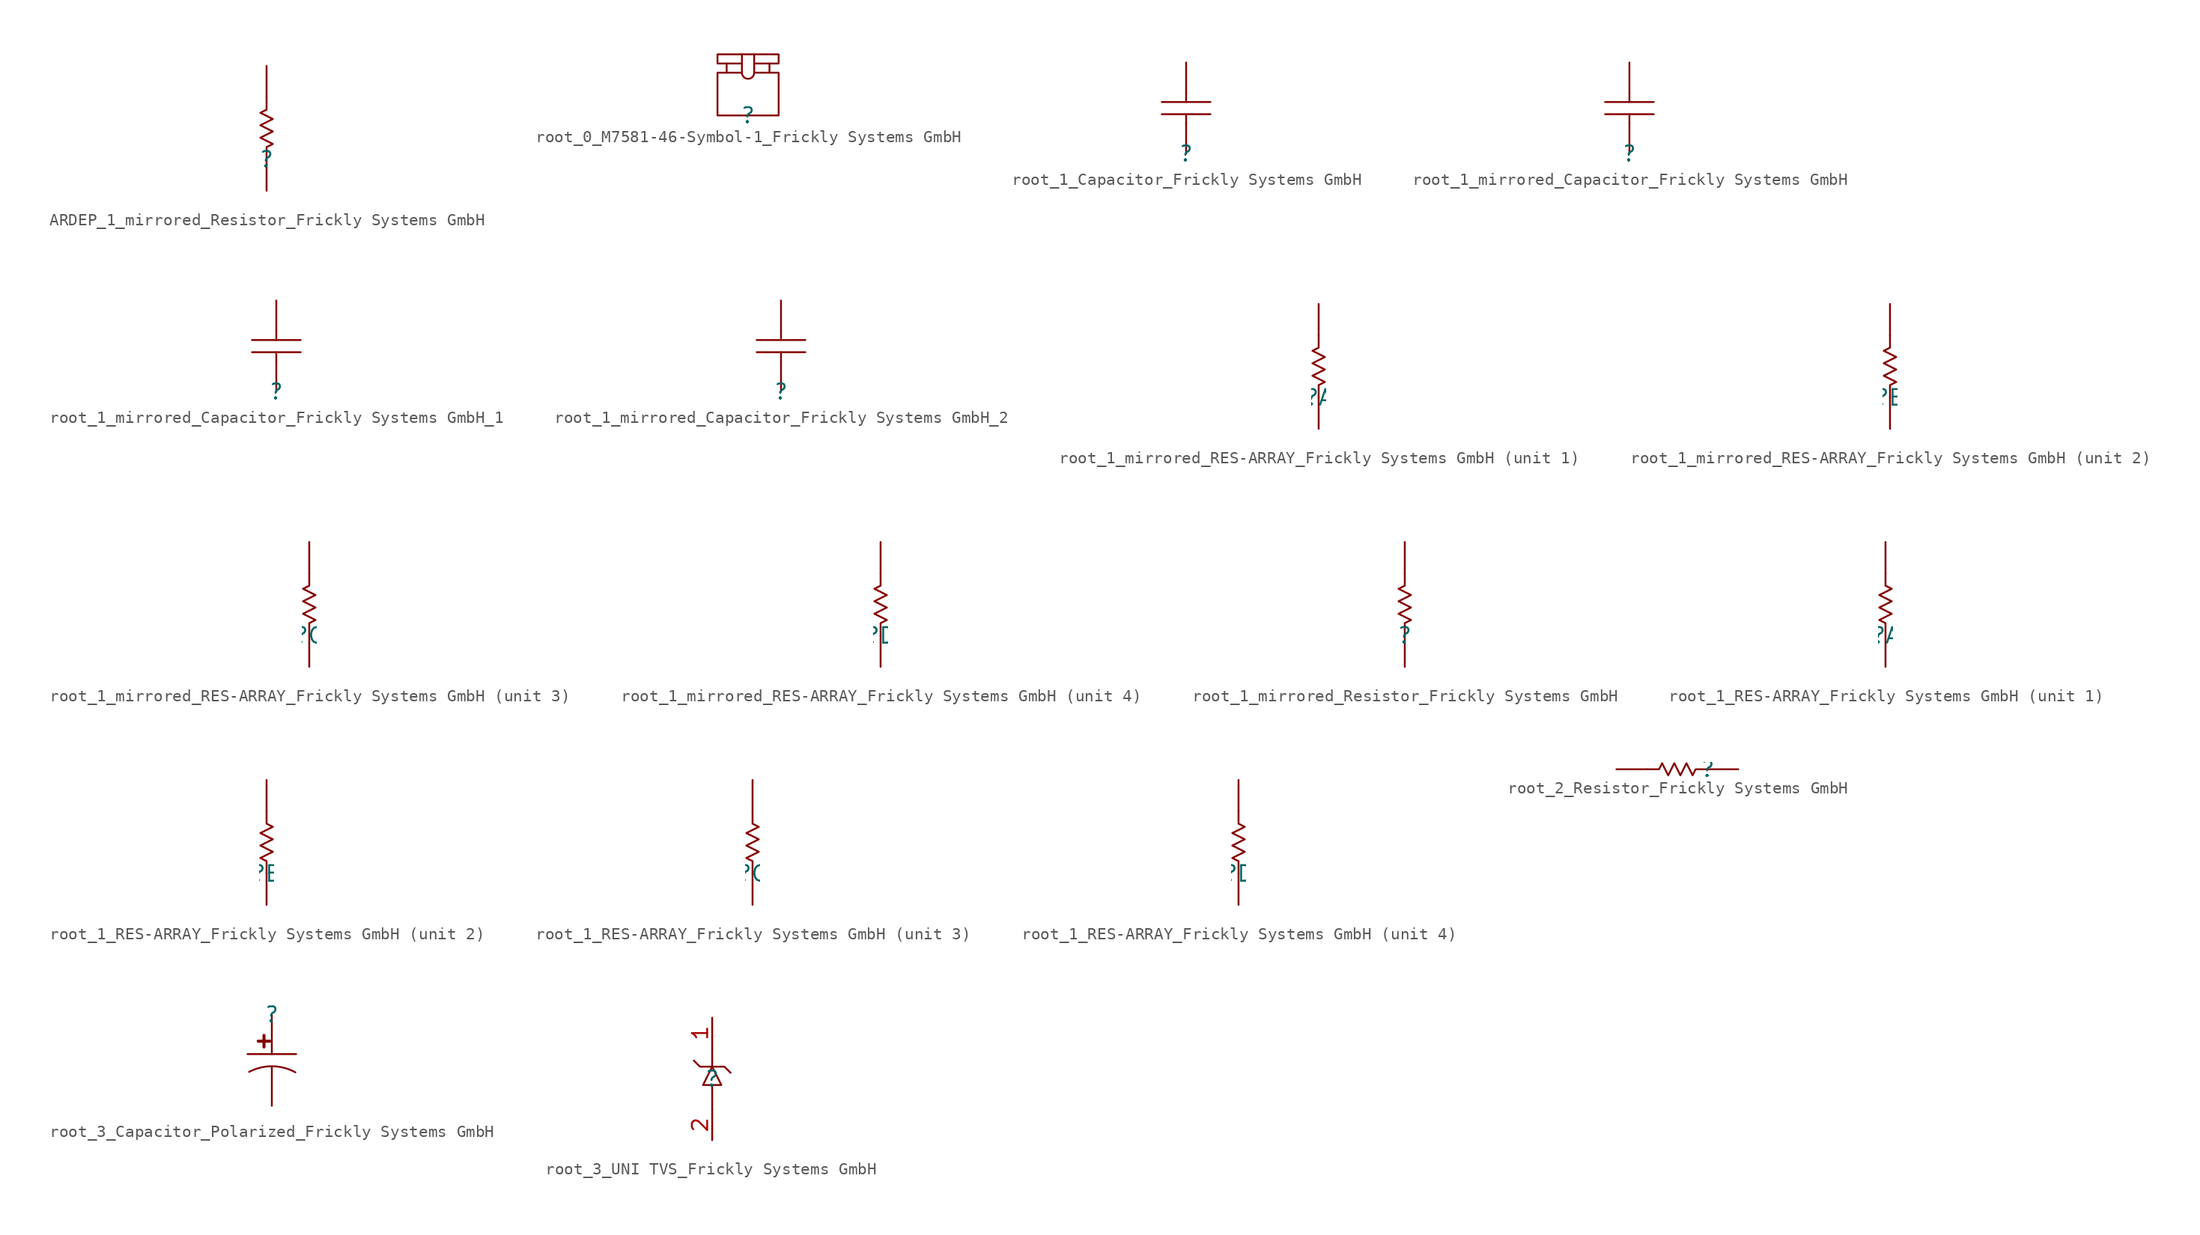
<source format=kicad_sym>
(kicad_symbol_lib
  (version 20241209)
  (generator "kicad_symbol_editor")
  (generator_version "9.0")
  (symbol "ARDEP_1_mirrored_Resistor_Frickly Systems GmbH"
    (pin_numbers
      (hide yes))
    (pin_names
      (hide yes))
    (property "Reference" ""
      (at 0 0 0)
      (effects (font (size 1.27 1.27))))
    (property "Value" ""
      (at 0 0 0)
      (effects (font (size 1.27 1.27))))
    (symbol "ARDEP_1_mirrored_Resistor_Frickly Systems GmbH_1_0"
      (polyline (pts (xy 0 5.08) (xy 0 4.064) (xy -0.508 3.81) (xy 0.508 3.302) (xy -0.508 2.794) (xy 0.508 2.286) (xy -0.508 1.778) (xy 0.508 1.27) (xy 0 1.016) (xy 0 0)) (stroke (width 0) (type solid)) (fill (type none)))
      (pin passive line (at 0 7.62 270) (length 2.54) (name "2" (effects (font (size 1.27 1.27)))) (number "2" (effects (font (size 1.27 1.27)))))
      (pin passive line (at 0 -2.54 90) (length 2.54) (name "1" (effects (font (size 1.27 1.27)))) (number "1" (effects (font (size 1.27 1.27)))))))
  (symbol "root_0_M7581-46-Symbol-1_Frickly Systems GmbH"
    (pin_numbers
      (hide yes))
    (pin_names
      (hide yes))
    (property "Reference" ""
      (at 0 0 0)
      (effects (font (size 1.27 1.27))))
    (property "Value" ""
      (at 0 0 0)
      (effects (font (size 1.27 1.27))))
    (symbol "root_0_M7581-46-Symbol-1_Frickly Systems GmbH_1_0"
      (polyline (pts (xy -2.54 0) (xy -2.54 3.556) (xy -1.778 3.556) (xy -1.778 4.318) (xy -2.54 4.318) (xy -2.54 5.08) (xy 2.54 5.08) (xy 2.54 4.318) (xy 1.778 4.318) (xy 1.778 3.556) (xy 2.54 3.556) (xy 2.54 0) (xy -2.54 0)) (stroke (width 0) (type solid)) (fill (type none)))
      (polyline (pts (xy -1.778 3.556) (xy -0.508 3.556)) (stroke (width 0) (type solid)) (fill (type none)))
      (polyline (pts (xy -0.508 5.08) (xy -0.508 3.556)) (stroke (width 0) (type solid)) (fill (type none)))
      (polyline (pts (xy -0.508 4.318) (xy -1.778 4.318)) (stroke (width 0) (type solid)) (fill (type none)))
      (arc (start 0.5095 3.5781) (mid 0.0046 3.046) (end -0.5098 3.569) (stroke (width 0) (type solid)) (fill (type none)))
      (polyline (pts (xy 0.508 5.08) (xy 0.508 3.556)) (stroke (width 0) (type solid)) (fill (type none)))
      (polyline (pts (xy 0.508 4.318) (xy 1.778 4.318)) (stroke (width 0) (type solid)) (fill (type none)))
      (polyline (pts (xy 0.508 3.556) (xy 1.778 3.556)) (stroke (width 0) (type solid)) (fill (type none)))))
  (symbol "root_1_Capacitor_Frickly Systems GmbH"
    (pin_numbers
      (hide yes))
    (pin_names
      (hide yes))
    (property "Reference" ""
      (at 0 0 0)
      (effects (font (size 1.27 1.27))))
    (property "Value" ""
      (at 0 0 0)
      (effects (font (size 1.27 1.27))))
    (symbol "root_1_Capacitor_Frickly Systems GmbH_1_0"
      (polyline (pts (xy -2.032 4.318) (xy 2.032 4.318)) (stroke (width 0) (type solid)) (fill (type none)))
      (polyline (pts (xy 0 5.08) (xy 0 4.318)) (stroke (width 0) (type solid)) (fill (type none)))
      (polyline (pts (xy 0 2.54) (xy 0 3.302)) (stroke (width 0) (type solid)) (fill (type none)))
      (polyline (pts (xy 2.032 3.302) (xy -2.032 3.302)) (stroke (width 0) (type solid)) (fill (type none)))
      (pin passive line (at 0 7.62 270) (length 2.54) (name "2" (effects (font (size 1.27 1.27)))) (number "2" (effects (font (size 1.27 1.27)))))
      (pin passive line (at 0 0 90) (length 2.54) (name "1" (effects (font (size 1.27 1.27)))) (number "1" (effects (font (size 1.27 1.27)))))))
  (symbol "root_1_mirrored_Capacitor_Frickly Systems GmbH"
    (pin_numbers
      (hide yes))
    (pin_names
      (hide yes))
    (property "Reference" ""
      (at 0 0 0)
      (effects (font (size 1.27 1.27))))
    (property "Value" ""
      (at 0 0 0)
      (effects (font (size 1.27 1.27))))
    (symbol "root_1_mirrored_Capacitor_Frickly Systems GmbH_1_0"
      (polyline (pts (xy -2.032 3.302) (xy 2.032 3.302)) (stroke (width 0) (type solid)) (fill (type none)))
      (polyline (pts (xy 0 5.08) (xy 0 4.318)) (stroke (width 0) (type solid)) (fill (type none)))
      (polyline (pts (xy 0 2.54) (xy 0 3.302)) (stroke (width 0) (type solid)) (fill (type none)))
      (polyline (pts (xy 2.032 4.318) (xy -2.032 4.318)) (stroke (width 0) (type solid)) (fill (type none)))
      (pin passive line (at 0 7.62 270) (length 2.54) (name "2" (effects (font (size 1.27 1.27)))) (number "2" (effects (font (size 1.27 1.27)))))
      (pin passive line (at 0 0 90) (length 2.54) (name "1" (effects (font (size 1.27 1.27)))) (number "1" (effects (font (size 1.27 1.27)))))))
  (symbol "root_1_mirrored_Capacitor_Frickly Systems GmbH_1"
    (pin_numbers
      (hide yes))
    (pin_names
      (hide yes))
    (property "Reference" ""
      (at 0 0 0)
      (effects (font (size 1.27 1.27))))
    (property "Value" ""
      (at 0 0 0)
      (effects (font (size 1.27 1.27))))
    (symbol "root_1_mirrored_Capacitor_Frickly Systems GmbH_1_1_0"
      (polyline (pts (xy -2.032 3.302) (xy 2.032 3.302)) (stroke (width 0) (type solid)) (fill (type none)))
      (polyline (pts (xy 0 5.08) (xy 0 4.318)) (stroke (width 0) (type solid)) (fill (type none)))
      (polyline (pts (xy 0 2.54) (xy 0 3.302)) (stroke (width 0) (type solid)) (fill (type none)))
      (polyline (pts (xy 2.032 4.318) (xy -2.032 4.318)) (stroke (width 0) (type solid)) (fill (type none)))
      (pin passive line (at 0 7.62 270) (length 2.54) (name "2" (effects (font (size 1.27 1.27)))) (number "2" (effects (font (size 1.27 1.27)))))
      (pin passive line (at 0 0 90) (length 2.54) (name "1" (effects (font (size 1.27 1.27)))) (number "1" (effects (font (size 1.27 1.27)))))))
  (symbol "root_1_mirrored_Capacitor_Frickly Systems GmbH_2"
    (pin_numbers
      (hide yes))
    (pin_names
      (hide yes))
    (property "Reference" ""
      (at 0 0 0)
      (effects (font (size 1.27 1.27))))
    (property "Value" ""
      (at 0 0 0)
      (effects (font (size 1.27 1.27))))
    (symbol "root_1_mirrored_Capacitor_Frickly Systems GmbH_2_1_0"
      (polyline (pts (xy -2.032 3.302) (xy 2.032 3.302)) (stroke (width 0) (type solid)) (fill (type none)))
      (polyline (pts (xy 0 5.08) (xy 0 4.318)) (stroke (width 0) (type solid)) (fill (type none)))
      (polyline (pts (xy 0 2.54) (xy 0 3.302)) (stroke (width 0) (type solid)) (fill (type none)))
      (polyline (pts (xy 2.032 4.318) (xy -2.032 4.318)) (stroke (width 0) (type solid)) (fill (type none)))
      (pin passive line (at 0 7.62 270) (length 2.54) (name "2" (effects (font (size 1.27 1.27)))) (number "2" (effects (font (size 1.27 1.27)))))
      (pin passive line (at 0 0 90) (length 2.54) (name "1" (effects (font (size 1.27 1.27)))) (number "1" (effects (font (size 1.27 1.27)))))))
  (symbol "root_1_mirrored_RES-ARRAY_Frickly Systems GmbH"
    (pin_numbers
      (hide yes))
    (pin_names
      (hide yes))
    (property "Reference" ""
      (at 0 0 0)
      (effects (font (size 1.27 1.27))))
    (property "Value" ""
      (at 0 0 0)
      (effects (font (size 1.27 1.27))))
    (symbol "root_1_mirrored_RES-ARRAY_Frickly Systems GmbH_1_0"
      (polyline (pts (xy 0 5.08) (xy 0 4.064) (xy -0.508 3.81) (xy 0.508 3.302) (xy -0.508 2.794) (xy 0.508 2.286) (xy -0.508 1.778) (xy 0.508 1.27) (xy 0 1.016) (xy 0 0)) (stroke (width 0) (type solid)) (fill (type none)))
      (pin passive line (at 0 7.62 270) (length 2.54) (name "R1_2" (effects (font (size 1.27 1.27)))) (number "8" (effects (font (size 1.27 1.27)))))
      (pin passive line (at 0 -2.54 90) (length 2.54) (name "R1_1" (effects (font (size 1.27 1.27)))) (number "1" (effects (font (size 1.27 1.27))))))
    (symbol "root_1_mirrored_RES-ARRAY_Frickly Systems GmbH_2_0"
      (polyline (pts (xy 0 5.08) (xy 0 4.064) (xy -0.508 3.81) (xy 0.508 3.302) (xy -0.508 2.794) (xy 0.508 2.286) (xy -0.508 1.778) (xy 0.508 1.27) (xy 0 1.016) (xy 0 0)) (stroke (width 0) (type solid)) (fill (type none)))
      (pin passive line (at 0 7.62 270) (length 2.54) (name "R2_2" (effects (font (size 1.27 1.27)))) (number "7" (effects (font (size 1.27 1.27)))))
      (pin passive line (at 0 -2.54 90) (length 2.54) (name "R2_1" (effects (font (size 1.27 1.27)))) (number "2" (effects (font (size 1.27 1.27))))))
    (symbol "root_1_mirrored_RES-ARRAY_Frickly Systems GmbH_3_0"
      (polyline (pts (xy 0 5.08) (xy 0 4.064) (xy -0.508 3.81) (xy 0.508 3.302) (xy -0.508 2.794) (xy 0.508 2.286) (xy -0.508 1.778) (xy 0.508 1.27) (xy 0 1.016) (xy 0 0)) (stroke (width 0) (type solid)) (fill (type none)))
      (pin passive line (at 0 7.62 270) (length 2.54) (name "R3_2" (effects (font (size 1.27 1.27)))) (number "6" (effects (font (size 1.27 1.27)))))
      (pin passive line (at 0 -2.54 90) (length 2.54) (name "R3_1" (effects (font (size 1.27 1.27)))) (number "3" (effects (font (size 1.27 1.27))))))
    (symbol "root_1_mirrored_RES-ARRAY_Frickly Systems GmbH_4_0"
      (polyline (pts (xy 0 5.08) (xy 0 4.064) (xy -0.508 3.81) (xy 0.508 3.302) (xy -0.508 2.794) (xy 0.508 2.286) (xy -0.508 1.778) (xy 0.508 1.27) (xy 0 1.016) (xy 0 0)) (stroke (width 0) (type solid)) (fill (type none)))
      (pin passive line (at 0 7.62 270) (length 2.54) (name "R4_2" (effects (font (size 1.27 1.27)))) (number "5" (effects (font (size 1.27 1.27)))))
      (pin passive line (at 0 -2.54 90) (length 2.54) (name "R4_1" (effects (font (size 1.27 1.27)))) (number "4" (effects (font (size 1.27 1.27)))))))
  (symbol "root_1_mirrored_Resistor_Frickly Systems GmbH"
    (pin_numbers
      (hide yes))
    (pin_names
      (hide yes))
    (property "Reference" ""
      (at 0 0 0)
      (effects (font (size 1.27 1.27))))
    (property "Value" ""
      (at 0 0 0)
      (effects (font (size 1.27 1.27))))
    (symbol "root_1_mirrored_Resistor_Frickly Systems GmbH_1_0"
      (polyline (pts (xy 0 5.08) (xy 0 4.064) (xy -0.508 3.81) (xy 0.508 3.302) (xy -0.508 2.794) (xy 0.508 2.286) (xy -0.508 1.778) (xy 0.508 1.27) (xy 0 1.016) (xy 0 0)) (stroke (width 0) (type solid)) (fill (type none)))
      (pin passive line (at 0 7.62 270) (length 2.54) (name "2" (effects (font (size 1.27 1.27)))) (number "2" (effects (font (size 1.27 1.27)))))
      (pin passive line (at 0 -2.54 90) (length 2.54) (name "1" (effects (font (size 1.27 1.27)))) (number "1" (effects (font (size 1.27 1.27)))))))
  (symbol "root_1_RES-ARRAY_Frickly Systems GmbH"
    (pin_numbers
      (hide yes))
    (pin_names
      (hide yes))
    (property "Reference" ""
      (at 0 0 0)
      (effects (font (size 1.27 1.27))))
    (property "Value" ""
      (at 0 0 0)
      (effects (font (size 1.27 1.27))))
    (symbol "root_1_RES-ARRAY_Frickly Systems GmbH_1_0"
      (polyline (pts (xy 0 5.08) (xy 0 4.064) (xy 0.508 3.81) (xy -0.508 3.302) (xy 0.508 2.794) (xy -0.508 2.286) (xy 0.508 1.778) (xy -0.508 1.27) (xy 0 1.016) (xy 0 0)) (stroke (width 0) (type solid)) (fill (type none)))
      (pin passive line (at 0 7.62 270) (length 2.54) (name "R1_2" (effects (font (size 1.27 1.27)))) (number "8" (effects (font (size 1.27 1.27)))))
      (pin passive line (at 0 -2.54 90) (length 2.54) (name "R1_1" (effects (font (size 1.27 1.27)))) (number "1" (effects (font (size 1.27 1.27))))))
    (symbol "root_1_RES-ARRAY_Frickly Systems GmbH_2_0"
      (polyline (pts (xy 0 5.08) (xy 0 4.064) (xy 0.508 3.81) (xy -0.508 3.302) (xy 0.508 2.794) (xy -0.508 2.286) (xy 0.508 1.778) (xy -0.508 1.27) (xy 0 1.016) (xy 0 0)) (stroke (width 0) (type solid)) (fill (type none)))
      (pin passive line (at 0 7.62 270) (length 2.54) (name "R2_2" (effects (font (size 1.27 1.27)))) (number "7" (effects (font (size 1.27 1.27)))))
      (pin passive line (at 0 -2.54 90) (length 2.54) (name "R2_1" (effects (font (size 1.27 1.27)))) (number "2" (effects (font (size 1.27 1.27))))))
    (symbol "root_1_RES-ARRAY_Frickly Systems GmbH_3_0"
      (polyline (pts (xy 0 5.08) (xy 0 4.064) (xy 0.508 3.81) (xy -0.508 3.302) (xy 0.508 2.794) (xy -0.508 2.286) (xy 0.508 1.778) (xy -0.508 1.27) (xy 0 1.016) (xy 0 0)) (stroke (width 0) (type solid)) (fill (type none)))
      (pin passive line (at 0 7.62 270) (length 2.54) (name "R3_2" (effects (font (size 1.27 1.27)))) (number "6" (effects (font (size 1.27 1.27)))))
      (pin passive line (at 0 -2.54 90) (length 2.54) (name "R3_1" (effects (font (size 1.27 1.27)))) (number "3" (effects (font (size 1.27 1.27))))))
    (symbol "root_1_RES-ARRAY_Frickly Systems GmbH_4_0"
      (polyline (pts (xy 0 5.08) (xy 0 4.064) (xy 0.508 3.81) (xy -0.508 3.302) (xy 0.508 2.794) (xy -0.508 2.286) (xy 0.508 1.778) (xy -0.508 1.27) (xy 0 1.016) (xy 0 0)) (stroke (width 0) (type solid)) (fill (type none)))
      (pin passive line (at 0 7.62 270) (length 2.54) (name "R4_2" (effects (font (size 1.27 1.27)))) (number "5" (effects (font (size 1.27 1.27)))))
      (pin passive line (at 0 -2.54 90) (length 2.54) (name "R4_1" (effects (font (size 1.27 1.27)))) (number "4" (effects (font (size 1.27 1.27)))))))
  (symbol "root_2_Resistor_Frickly Systems GmbH"
    (pin_numbers
      (hide yes))
    (pin_names
      (hide yes))
    (property "Reference" ""
      (at 0 0 0)
      (effects (font (size 1.27 1.27))))
    (property "Value" ""
      (at 0 0 0)
      (effects (font (size 1.27 1.27))))
    (symbol "root_2_Resistor_Frickly Systems GmbH_1_0"
      (polyline (pts (xy -5.08 0) (xy -4.064 0) (xy -3.81 0.508) (xy -3.302 -0.508) (xy -2.794 0.508) (xy -2.286 -0.508) (xy -1.778 0.508) (xy -1.27 -0.508) (xy -1.016 0) (xy 0 0)) (stroke (width 0) (type solid)) (fill (type none)))
      (pin passive line (at -7.62 0 0) (length 2.54) (name "2" (effects (font (size 1.27 1.27)))) (number "2" (effects (font (size 1.27 1.27)))))
      (pin passive line (at 2.54 0 180) (length 2.54) (name "1" (effects (font (size 1.27 1.27)))) (number "1" (effects (font (size 1.27 1.27)))))))
  (symbol "root_3_Capacitor_Polarized_Frickly Systems GmbH"
    (pin_numbers
      (hide yes))
    (pin_names
      (hide yes))
    (property "Reference" ""
      (at 0 0 0)
      (effects (font (size 1.27 1.27))))
    (property "Value" ""
      (at 0 0 0)
      (effects (font (size 1.27 1.27))))
    (symbol "root_3_Capacitor_Polarized_Frickly Systems GmbH_1_0"
      (polyline (pts (xy 0 -2.54) (xy 0 -3.302)) (stroke (width 0) (type solid)) (fill (type none)))
      (polyline (pts (xy 0 -5.08) (xy 0 -4.318)) (stroke (width 0) (type solid)) (fill (type none)))
      (arc (start -1.898 -4.7884) (mid 0.0411 -4.3182) (end 1.9703 -4.8275) (stroke (width 0) (type solid)) (fill (type none)))
      (polyline (pts (xy 2.032 -3.302) (xy -2.032 -3.302)) (stroke (width 0) (type solid)) (fill (type none)))
      (text "+" (at 0 -1.27 900) (effects (font (size 1.27 1.27) (thickness 0.254) (bold yes)) (justify right bottom)))
      (pin passive line (at 0 0 270) (length 2.54) (name "P" (effects (font (size 1.27 1.27)))) (number "1" (effects (font (size 1.27 1.27)))))
      (pin passive line (at 0 -7.62 90) (length 2.54) (name "N" (effects (font (size 1.27 1.27)))) (number "2" (effects (font (size 1.27 1.27)))))))
  (symbol "root_3_UNI TVS_Frickly Systems GmbH"
    (pin_names
      (hide yes))
    (property "Reference" ""
      (at 0 0 0)
      (effects (font (size 1.27 1.27))))
    (property "Value" ""
      (at 0 0 0)
      (effects (font (size 1.27 1.27))))
    (symbol "root_3_UNI TVS_Frickly Systems GmbH_1_0"
      (polyline (pts (xy -1.524 1.524) (xy -1.016 1.016) (xy 1.016 1.016) (xy 1.524 0.508)) (stroke (width 0) (type solid)) (fill (type none)))
      (polyline (pts (xy 0 2.54) (xy 0 1.016)) (stroke (width 0) (type solid)) (fill (type none)))
      (polyline (pts (xy 0 1.016) (xy 0.762 -0.508) (xy -0.762 -0.508) (xy 0 1.016)) (stroke (width 0) (type solid)) (fill (type none)))
      (polyline (pts (xy 0 -2.54) (xy 0 -0.508)) (stroke (width 0) (type solid)) (fill (type none)))
      (pin passive line (at 0 5.08 270) (length 2.54) (name "K" (effects (font (size 1.27 1.27)))) (number "1" (effects (font (size 1.27 1.27)))))
      (pin passive line (at 0 -5.08 90) (length 2.54) (name "A" (effects (font (size 1.27 1.27)))) (number "2" (effects (font (size 1.27 1.27))))))))
</source>
